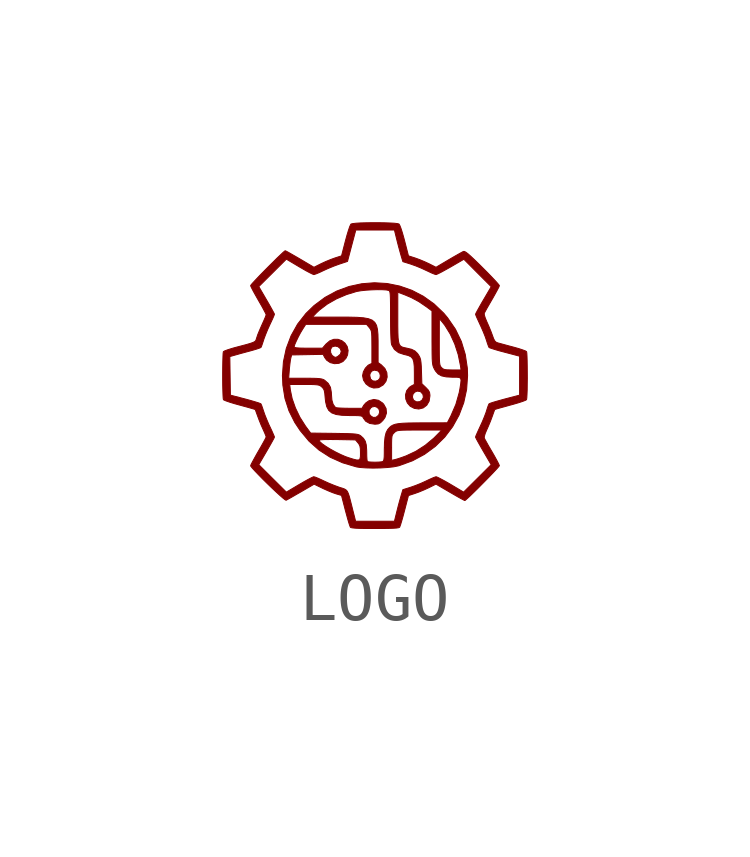
<source format=kicad_sym>
(kicad_symbol_lib
  (version 20220914)
  (generator "bitmap2component")
  (generator_version "8.0")
  (symbol "LOGO"
    (pin_names
      (offset 1.016))
    (property "Reference" "#G"
      (at 0 3.638 0)
      (effects (font (size 1.27 1.27)) hide))
    (symbol "LOGO_0_0"
      (polyline (pts (xy 0.477 -3.733) (xy 0.618 -3.731) (xy 0.723 -3.728) (xy 0.795 -3.723) (xy 0.838 -3.716) (xy 0.858 -3.707) (xy 0.862 -3.697) (xy 0.879 -3.651) (xy 0.902 -3.574) (xy 0.93 -3.476) (xy 0.96 -3.363) (xy 1.042 -3.047) (xy 1.18 -3.002) (xy 1.263 -2.972) (xy 1.369 -2.928) (xy 1.467 -2.883) (xy 1.615 -2.809) (xy 1.908 -2.98) (xy 1.968 -3.015) (xy 2.062 -3.069) (xy 2.139 -3.112) (xy 2.192 -3.14) (xy 2.215 -3.151) (xy 2.224 -3.146) (xy 2.26 -3.115) (xy 2.318 -3.062) (xy 2.391 -2.991) (xy 2.476 -2.908) (xy 2.566 -2.817) (xy 2.657 -2.725) (xy 2.743 -2.637) (xy 2.819 -2.557) (xy 2.88 -2.492) (xy 2.92 -2.446) (xy 2.935 -2.425) (xy 2.934 -2.42) (xy 2.918 -2.383) (xy 2.885 -2.319) (xy 2.839 -2.235) (xy 2.784 -2.139) (xy 2.768 -2.112) (xy 2.713 -2.018) (xy 2.668 -1.937) (xy 2.635 -1.878) (xy 2.62 -1.848) (xy 2.62 -1.848) (xy 2.623 -1.812) (xy 2.641 -1.752) (xy 2.672 -1.679) (xy 2.702 -1.612) (xy 2.748 -1.502) (xy 2.785 -1.403) (xy 2.786 -1.4) (xy 2.811 -1.33) (xy 2.83 -1.278) (xy 2.839 -1.256) (xy 2.846 -1.253) (xy 2.887 -1.24) (xy 2.958 -1.22) (xy 3.053 -1.194) (xy 3.164 -1.163) (xy 3.223 -1.147) (xy 3.329 -1.116) (xy 3.415 -1.088) (xy 3.475 -1.065) (xy 3.5 -1.051) (xy 3.501 -1.049) (xy 3.506 -1.012) (xy 3.51 -0.942) (xy 3.514 -0.845) (xy 3.515 -0.729) (xy 3.517 -0.603) (xy 3.516 -0.474) (xy 3.515 -0.349) (xy 3.513 -0.236) (xy 3.51 -0.144) (xy 3.506 -0.079) (xy 3.501 -0.05) (xy 3.476 -0.035) (xy 3.417 -0.013) (xy 3.335 0.014) (xy 3.236 0.042) (xy 3.145 0.066) (xy 3.046 0.093) (xy 2.965 0.115) (xy 2.913 0.129) (xy 2.908 0.13) (xy 2.869 0.145) (xy 2.841 0.171) (xy 2.816 0.217) (xy 2.788 0.294) (xy 2.761 0.367) (xy 2.716 0.477) (xy 2.672 0.576) (xy 2.671 0.579) (xy 2.641 0.651) (xy 2.622 0.712) (xy 2.62 0.747) (xy 2.622 0.752) (xy 2.642 0.79) (xy 2.679 0.857) (xy 2.728 0.942) (xy 2.784 1.039) (xy 2.801 1.068) (xy 2.853 1.161) (xy 2.896 1.24) (xy 2.925 1.296) (xy 2.935 1.324) (xy 2.93 1.333) (xy 2.9 1.37) (xy 2.846 1.43) (xy 2.772 1.508) (xy 2.683 1.6) (xy 2.582 1.701) (xy 2.523 1.76) (xy 2.418 1.862) (xy 2.338 1.937) (xy 2.279 1.989) (xy 2.236 2.021) (xy 2.207 2.035) (xy 2.188 2.036) (xy 2.181 2.033) (xy 2.138 2.01) (xy 2.068 1.971) (xy 1.98 1.921) (xy 1.881 1.863) (xy 1.616 1.706) (xy 1.469 1.78) (xy 1.385 1.819) (xy 1.278 1.864) (xy 1.182 1.899) (xy 1.042 1.944) (xy 0.961 2.261) (xy 0.948 2.31) (xy 0.917 2.42) (xy 0.888 2.511) (xy 0.863 2.576) (xy 0.846 2.606) (xy 0.816 2.615) (xy 0.75 2.623) (xy 0.656 2.628) (xy 0.542 2.632) (xy 0.415 2.634) (xy 0.285 2.634) (xy 0.158 2.632) (xy 0.043 2.629) (xy -0.053 2.623) (xy -0.121 2.615) (xy -0.154 2.606) (xy -0.161 2.596) (xy -0.182 2.55) (xy -0.208 2.473) (xy -0.238 2.374) (xy -0.269 2.261) (xy -0.351 1.944) (xy -0.491 1.899) (xy -0.573 1.869) (xy -0.681 1.825) (xy -0.778 1.78) (xy -0.925 1.706) (xy -1.216 1.878) (xy -1.276 1.913) (xy -1.37 1.967) (xy -1.447 2.011) (xy -1.5 2.04) (xy -1.524 2.05) (xy -1.533 2.045) (xy -1.569 2.015) (xy -1.626 1.961) (xy -1.7 1.891) (xy -1.784 1.807) (xy -1.875 1.717) (xy -1.966 1.625) (xy -2.052 1.537) (xy -2.128 1.457) (xy -2.189 1.392) (xy -2.23 1.346) (xy -2.244 1.324) (xy -2.242 1.316) (xy -2.223 1.275) (xy -2.188 1.207) (xy -2.139 1.119) (xy -2.083 1.02) (xy -2.056 0.973) (xy -2.002 0.879) (xy -1.96 0.8) (xy -1.931 0.745) (xy -1.921 0.719) (xy -1.923 0.709) (xy -1.939 0.665) (xy -1.968 0.597) (xy -2.005 0.515) (xy -2.019 0.484) (xy -2.06 0.39) (xy -2.095 0.305) (xy -2.116 0.242) (xy -2.122 0.224) (xy -2.13 0.197) (xy -2.141 0.175) (xy -2.16 0.158) (xy -2.194 0.141) (xy -2.247 0.122) (xy -2.325 0.099) (xy -2.434 0.07) (xy -2.579 0.032) (xy -2.644 0.013) (xy -2.725 -0.013) (xy -2.784 -0.035) (xy -2.811 -0.051) (xy -2.812 -0.053) (xy -2.817 -0.09) (xy -2.82 -0.153) (xy -2.677 -0.153) (xy -2.563 -0.121) (xy -2.538 -0.114) (xy -2.453 -0.09) (xy -2.35 -0.062) (xy -2.246 -0.034) (xy -2.192 -0.019) (xy -2.112 0.005) (xy -2.054 0.025) (xy -2.029 0.037) (xy -2.018 0.059) (xy -1.999 0.113) (xy -1.976 0.183) (xy -1.966 0.215) (xy -1.932 0.305) (xy -1.889 0.41) (xy -1.843 0.512) (xy -1.815 0.571) (xy -1.78 0.647) (xy -1.757 0.702) (xy -1.748 0.728) (xy -1.75 0.735) (xy -1.77 0.774) (xy -1.806 0.84) (xy -1.854 0.926) (xy -1.911 1.024) (xy -2.074 1.304) (xy -1.787 1.589) (xy -1.5 1.875) (xy -1.23 1.714) (xy -1.191 1.692) (xy -1.097 1.637) (xy -1.016 1.594) (xy -0.957 1.565) (xy -0.928 1.554) (xy -0.922 1.555) (xy -0.88 1.569) (xy -0.814 1.596) (xy -0.736 1.633) (xy -0.736 1.633) (xy -0.631 1.681) (xy -0.511 1.73) (xy -0.402 1.77) (xy -0.227 1.828) (xy -0.141 2.155) (xy -0.054 2.482) (xy 0.348 2.482) (xy 0.75 2.482) (xy 0.799 2.282) (xy 0.807 2.25) (xy 0.835 2.141) (xy 0.864 2.035) (xy 0.887 1.953) (xy 0.926 1.823) (xy 1.084 1.774) (xy 1.095 1.77) (xy 1.196 1.734) (xy 1.31 1.687) (xy 1.413 1.639) (xy 1.448 1.623) (xy 1.524 1.587) (xy 1.584 1.563) (xy 1.616 1.554) (xy 1.624 1.556) (xy 1.665 1.574) (xy 1.734 1.609) (xy 1.821 1.657) (xy 1.921 1.713) (xy 2.196 1.873) (xy 2.48 1.587) (xy 2.765 1.302) (xy 2.602 1.024) (xy 2.574 0.977) (xy 2.521 0.883) (xy 2.478 0.806) (xy 2.449 0.752) (xy 2.439 0.728) (xy 2.443 0.714) (xy 2.462 0.667) (xy 2.494 0.597) (xy 2.533 0.512) (xy 2.554 0.467) (xy 2.6 0.362) (xy 2.64 0.262) (xy 2.667 0.183) (xy 2.686 0.122) (xy 2.707 0.065) (xy 2.72 0.036) (xy 2.727 0.032) (xy 2.769 0.017) (xy 2.841 -0.006) (xy 2.936 -0.034) (xy 3.046 -0.063) (xy 3.356 -0.145) (xy 3.356 -0.55) (xy 3.356 -0.956) (xy 3.046 -1.037) (xy 2.995 -1.051) (xy 2.891 -1.08) (xy 2.805 -1.105) (xy 2.746 -1.125) (xy 2.72 -1.137) (xy 2.709 -1.159) (xy 2.689 -1.213) (xy 2.667 -1.284) (xy 2.657 -1.316) (xy 2.623 -1.406) (xy 2.58 -1.51) (xy 2.533 -1.612) (xy 2.506 -1.671) (xy 2.471 -1.748) (xy 2.447 -1.803) (xy 2.439 -1.829) (xy 2.441 -1.836) (xy 2.46 -1.875) (xy 2.496 -1.941) (xy 2.544 -2.026) (xy 2.601 -2.125) (xy 2.764 -2.404) (xy 2.477 -2.69) (xy 2.19 -2.975) (xy 1.921 -2.815) (xy 1.882 -2.792) (xy 1.787 -2.738) (xy 1.706 -2.695) (xy 1.648 -2.666) (xy 1.619 -2.655) (xy 1.609 -2.657) (xy 1.563 -2.673) (xy 1.495 -2.703) (xy 1.414 -2.741) (xy 1.402 -2.747) (xy 1.296 -2.795) (xy 1.183 -2.84) (xy 1.084 -2.875) (xy 0.926 -2.924) (xy 0.887 -3.053) (xy 0.881 -3.076) (xy 0.855 -3.167) (xy 0.826 -3.276) (xy 0.799 -3.383) (xy 0.75 -3.582) (xy 0.346 -3.582) (xy -0.058 -3.582) (xy -0.119 -3.341) (xy -0.133 -3.284) (xy -0.165 -3.158) (xy -0.189 -3.066) (xy -0.211 -3.001) (xy -0.232 -2.957) (xy -0.258 -2.929) (xy -0.29 -2.91) (xy -0.333 -2.894) (xy -0.39 -2.877) (xy -0.401 -2.873) (xy -0.504 -2.835) (xy -0.619 -2.788) (xy -0.724 -2.74) (xy -0.759 -2.723) (xy -0.836 -2.688) (xy -0.896 -2.664) (xy -0.929 -2.655) (xy -0.936 -2.656) (xy -0.977 -2.675) (xy -1.045 -2.71) (xy -1.132 -2.758) (xy -1.23 -2.815) (xy -1.5 -2.975) (xy -1.787 -2.69) (xy -2.074 -2.404) (xy -1.911 -2.125) (xy -1.883 -2.077) (xy -1.83 -1.984) (xy -1.787 -1.907) (xy -1.758 -1.853) (xy -1.748 -1.829) (xy -1.752 -1.815) (xy -1.772 -1.768) (xy -1.803 -1.697) (xy -1.843 -1.612) (xy -1.864 -1.568) (xy -1.909 -1.462) (xy -1.949 -1.362) (xy -1.976 -1.284) (xy -1.996 -1.223) (xy -2.016 -1.166) (xy -2.03 -1.137) (xy -2.037 -1.133) (xy -2.078 -1.117) (xy -2.15 -1.095) (xy -2.245 -1.067) (xy -2.355 -1.037) (xy -2.665 -0.956) (xy -2.671 -0.554) (xy -2.677 -0.153) (xy -2.82 -0.153) (xy -2.82 -0.16) (xy -2.823 -0.257) (xy -2.825 -0.372) (xy -2.826 -0.499) (xy -2.826 -0.628) (xy -2.825 -0.753) (xy -2.822 -0.865) (xy -2.819 -0.957) (xy -2.815 -1.022) (xy -2.81 -1.051) (xy -2.801 -1.057) (xy -2.757 -1.076) (xy -2.682 -1.102) (xy -2.585 -1.132) (xy -2.473 -1.163) (xy -2.411 -1.18) (xy -2.308 -1.208) (xy -2.225 -1.232) (xy -2.17 -1.248) (xy -2.148 -1.256) (xy -2.148 -1.256) (xy -2.139 -1.279) (xy -2.12 -1.332) (xy -2.094 -1.403) (xy -2.069 -1.47) (xy -2.025 -1.579) (xy -1.982 -1.675) (xy -1.952 -1.742) (xy -1.929 -1.798) (xy -1.921 -1.826) (xy -1.923 -1.833) (xy -1.942 -1.873) (xy -1.978 -1.939) (xy -2.026 -2.025) (xy -2.083 -2.124) (xy -2.109 -2.169) (xy -2.162 -2.264) (xy -2.205 -2.343) (xy -2.234 -2.399) (xy -2.244 -2.426) (xy -2.238 -2.439) (xy -2.206 -2.479) (xy -2.151 -2.539) (xy -2.079 -2.614) (xy -1.995 -2.7) (xy -1.904 -2.79) (xy -1.811 -2.88) (xy -1.722 -2.964) (xy -1.641 -3.038) (xy -1.575 -3.096) (xy -1.528 -3.133) (xy -1.506 -3.145) (xy -1.498 -3.141) (xy -1.456 -3.118) (xy -1.388 -3.08) (xy -1.3 -3.029) (xy -1.2 -2.972) (xy -0.922 -2.81) (xy -0.747 -2.895) (xy -0.724 -2.906) (xy -0.627 -2.949) (xy -0.534 -2.987) (xy -0.462 -3.012) (xy -0.352 -3.044) (xy -0.27 -3.362) (xy -0.255 -3.417) (xy -0.226 -3.524) (xy -0.2 -3.614) (xy -0.179 -3.677) (xy -0.167 -3.707) (xy -0.154 -3.714) (xy -0.117 -3.721) (xy -0.052 -3.727) (xy 0.043 -3.731) (xy 0.175 -3.733) (xy 0.345 -3.733) (xy 0.477 -3.733)) (stroke (width 0.01) (type default)) (fill (type outline)))
      (polyline (pts (xy 0.455 -2.472) (xy 0.602 -2.463) (xy 0.731 -2.449) (xy 0.83 -2.429) (xy 0.852 -2.423) (xy 1.126 -2.323) (xy 1.376 -2.189) (xy 1.601 -2.024) (xy 1.797 -1.831) (xy 1.962 -1.613) (xy 2.095 -1.373) (xy 2.193 -1.114) (xy 2.253 -0.839) (xy 2.273 -0.55) (xy 2.268 -0.394) (xy 2.225 -0.109) (xy 2.143 0.162) (xy 2.02 0.417) (xy 1.857 0.654) (xy 1.777 0.75) (xy 1.574 0.944) (xy 1.351 1.103) (xy 1.112 1.227) (xy 0.86 1.315) (xy 0.599 1.368) (xy 0.334 1.384) (xy 0.068 1.363) (xy -0.195 1.306) (xy -0.451 1.211) (xy -0.695 1.079) (xy -0.924 0.908) (xy -1.093 0.744) (xy -1.266 0.523) (xy -1.402 0.28) (xy -1.501 0.018) (xy -1.508 -0.012) (xy -0.581 -0.012) (xy -0.557 0.039) (xy -0.542 0.05) (xy -0.485 0.066) (xy -0.424 0.052) (xy -0.377 0.012) (xy -0.357 -0.044) (xy -0.375 -0.103) (xy -0.431 -0.151) (xy -0.44 -0.155) (xy -0.471 -0.17) (xy -0.496 -0.165) (xy -0.535 -0.139) (xy -0.548 -0.128) (xy -0.577 -0.074) (xy -0.581 -0.012) (xy -1.508 -0.012) (xy -1.561 -0.259) (xy -1.582 -0.55) (xy -1.579 -0.604) (xy -1.452 -0.604) (xy -1.438 -0.426) (xy -1.437 -0.408) (xy -1.427 -0.316) (xy -1.417 -0.236) (xy -1.407 -0.183) (xy -1.389 -0.119) (xy -1.062 -0.113) (xy -0.735 -0.107) (xy -0.702 -0.172) (xy -0.662 -0.227) (xy -0.586 -0.279) (xy -0.497 -0.301) (xy -0.406 -0.294) (xy -0.323 -0.257) (xy -0.259 -0.189) (xy -0.226 -0.119) (xy -0.214 -0.026) (xy -0.234 0.058) (xy -0.28 0.127) (xy -0.345 0.178) (xy -0.424 0.206) (xy -0.509 0.207) (xy -0.595 0.175) (xy -0.675 0.107) (xy -0.749 0.021) (xy -1.043 0.021) (xy -1.117 0.022) (xy -1.221 0.024) (xy -1.289 0.029) (xy -1.326 0.037) (xy -1.338 0.049) (xy -1.337 0.055) (xy -1.323 0.102) (xy -1.292 0.172) (xy -1.252 0.255) (xy -1.207 0.34) (xy -1.162 0.415) (xy -1.096 0.518) (xy -0.464 0.518) (xy 0.169 0.518) (xy 0.225 0.452) (xy 0.241 0.431) (xy 0.257 0.406) (xy 0.269 0.375) (xy 0.275 0.331) (xy 0.279 0.266) (xy 0.28 0.173) (xy 0.281 0.045) (xy 0.281 -0.295) (xy 0.227 -0.32) (xy 0.201 -0.335) (xy 0.144 -0.395) (xy 0.103 -0.472) (xy 0.087 -0.549) (xy 0.237 -0.549) (xy 0.242 -0.511) (xy 0.274 -0.458) (xy 0.329 -0.435) (xy 0.399 -0.449) (xy 0.404 -0.452) (xy 0.442 -0.492) (xy 0.456 -0.55) (xy 0.447 -0.607) (xy 0.411 -0.647) (xy 0.359 -0.666) (xy 0.296 -0.659) (xy 0.253 -0.619) (xy 0.237 -0.549) (xy 0.087 -0.549) (xy 0.086 -0.55) (xy 0.086 -0.55) (xy 0.106 -0.643) (xy 0.157 -0.722) (xy 0.231 -0.779) (xy 0.318 -0.808) (xy 0.41 -0.801) (xy 0.431 -0.794) (xy 0.518 -0.742) (xy 0.574 -0.667) (xy 0.599 -0.58) (xy 0.592 -0.488) (xy 0.551 -0.4) (xy 0.475 -0.324) (xy 0.41 -0.278) (xy 0.41 0.082) (xy 0.41 0.174) (xy 0.407 0.307) (xy 0.397 0.413) (xy 0.377 0.497) (xy 0.341 0.559) (xy 0.287 0.605) (xy 0.21 0.635) (xy 0.106 0.654) (xy -0.029 0.664) (xy -0.2 0.668) (xy -0.409 0.668) (xy -0.958 0.669) (xy -0.873 0.757) (xy -0.81 0.816) (xy -0.648 0.939) (xy -0.457 1.048) (xy -0.249 1.137) (xy -0.034 1.203) (xy -0.027 1.204) (xy 0.056 1.218) (xy 0.161 1.229) (xy 0.276 1.236) (xy 0.392 1.24) (xy 0.496 1.239) (xy 0.58 1.234) (xy 0.631 1.224) (xy 0.641 1.219) (xy 0.65 1.205) (xy 0.658 1.179) (xy 0.663 1.135) (xy 0.666 1.069) (xy 0.668 0.974) (xy 0.669 0.847) (xy 0.669 0.682) (xy 0.669 0.645) (xy 0.67 0.475) (xy 0.673 0.331) (xy 0.678 0.216) (xy 0.684 0.135) (xy 0.692 0.093) (xy 0.692 0.092) (xy 0.749 -0.004) (xy 0.835 -0.071) (xy 0.954 -0.111) (xy 0.964 -0.112) (xy 1.042 -0.132) (xy 1.097 -0.16) (xy 1.133 -0.202) (xy 1.153 -0.266) (xy 1.163 -0.359) (xy 1.165 -0.488) (xy 1.165 -0.733) (xy 1.103 -0.765) (xy 1.06 -0.794) (xy 1.005 -0.864) (xy 0.981 -0.948) (xy 0.984 -0.996) (xy 1.124 -0.996) (xy 1.135 -0.94) (xy 1.171 -0.895) (xy 1.223 -0.872) (xy 1.284 -0.881) (xy 1.303 -0.892) (xy 1.344 -0.941) (xy 1.353 -1.002) (xy 1.326 -1.058) (xy 1.278 -1.092) (xy 1.213 -1.097) (xy 1.156 -1.067) (xy 1.144 -1.052) (xy 1.124 -0.996) (xy 0.984 -0.996) (xy 0.986 -1.036) (xy 1.019 -1.119) (xy 1.079 -1.188) (xy 1.164 -1.232) (xy 1.258 -1.245) (xy 1.35 -1.222) (xy 1.423 -1.166) (xy 1.472 -1.082) (xy 1.489 -0.973) (xy 1.489 -0.954) (xy 1.481 -0.898) (xy 1.456 -0.852) (xy 1.405 -0.798) (xy 1.321 -0.718) (xy 1.313 -0.462) (xy 1.31 -0.362) (xy 1.303 -0.275) (xy 1.294 -0.214) (xy 1.279 -0.169) (xy 1.258 -0.13) (xy 1.231 -0.089) (xy 1.177 -0.037) (xy 1.107 -0.002) (xy 1.008 0.022) (xy 0.994 0.025) (xy 0.942 0.036) (xy 0.901 0.05) (xy 0.871 0.072) (xy 0.849 0.108) (xy 0.835 0.162) (xy 0.826 0.239) (xy 0.822 0.345) (xy 0.82 0.483) (xy 0.82 0.66) (xy 0.82 1.187) (xy 0.966 1.132) (xy 1.103 1.074) (xy 1.259 0.99) (xy 1.419 0.881) (xy 1.532 0.797) (xy 1.532 0.241) (xy 1.532 0.169) (xy 1.533 0.014) (xy 1.533 -0.004) (xy 1.684 -0.004) (xy 1.684 0.152) (xy 1.685 0.637) (xy 1.744 0.568) (xy 1.801 0.495) (xy 1.912 0.315) (xy 2.006 0.109) (xy 2.078 -0.113) (xy 2.124 -0.34) (xy 2.137 -0.432) (xy 1.957 -0.432) (xy 1.922 -0.431) (xy 1.843 -0.429) (xy 1.792 -0.422) (xy 1.758 -0.407) (xy 1.73 -0.382) (xy 1.716 -0.365) (xy 1.704 -0.345) (xy 1.696 -0.317) (xy 1.69 -0.274) (xy 1.687 -0.212) (xy 1.685 -0.124) (xy 1.684 -0.004) (xy 1.533 -0.004) (xy 1.534 -0.105) (xy 1.536 -0.195) (xy 1.54 -0.262) (xy 1.546 -0.311) (xy 1.554 -0.348) (xy 1.566 -0.38) (xy 1.581 -0.411) (xy 1.605 -0.453) (xy 1.659 -0.515) (xy 1.731 -0.555) (xy 1.828 -0.576) (xy 1.958 -0.583) (xy 1.968 -0.583) (xy 2.049 -0.583) (xy 2.101 -0.589) (xy 2.129 -0.608) (xy 2.137 -0.648) (xy 2.13 -0.717) (xy 2.114 -0.82) (xy 2.099 -0.902) (xy 2.029 -1.149) (xy 1.926 -1.387) (xy 1.851 -1.532) (xy 1.362 -1.533) (xy 1.193 -1.534) (xy 1.044 -1.536) (xy 0.928 -1.541) (xy 0.839 -1.549) (xy 0.772 -1.561) (xy 0.722 -1.578) (xy 0.682 -1.6) (xy 0.648 -1.629) (xy 0.609 -1.674) (xy 0.576 -1.739) (xy 0.555 -1.825) (xy 0.543 -1.939) (xy 0.54 -2.051) (xy 0.691 -2.051) (xy 0.691 -1.953) (xy 0.693 -1.873) (xy 0.698 -1.82) (xy 0.708 -1.785) (xy 0.724 -1.76) (xy 0.748 -1.736) (xy 0.748 -1.736) (xy 0.768 -1.718) (xy 0.788 -1.706) (xy 0.816 -1.696) (xy 0.857 -1.69) (xy 0.916 -1.686) (xy 1.001 -1.684) (xy 1.117 -1.683) (xy 1.27 -1.683) (xy 1.736 -1.683) (xy 1.607 -1.814) (xy 1.569 -1.852) (xy 1.391 -2) (xy 1.197 -2.125) (xy 0.999 -2.218) (xy 0.981 -2.225) (xy 0.893 -2.257) (xy 0.814 -2.283) (xy 0.761 -2.298) (xy 0.691 -2.313) (xy 0.691 -2.051) (xy 0.54 -2.051) (xy 0.539 -2.088) (xy 0.539 -2.16) (xy 0.537 -2.244) (xy 0.531 -2.297) (xy 0.521 -2.326) (xy 0.505 -2.339) (xy 0.478 -2.345) (xy 0.418 -2.35) (xy 0.345 -2.352) (xy 0.273 -2.35) (xy 0.216 -2.346) (xy 0.187 -2.338) (xy 0.185 -2.333) (xy 0.178 -2.294) (xy 0.174 -2.226) (xy 0.173 -2.142) (xy 0.172 -2.1) (xy 0.164 -1.993) (xy 0.143 -1.915) (xy 0.105 -1.855) (xy 0.047 -1.802) (xy 0.035 -1.794) (xy 0.012 -1.782) (xy -0.02 -1.773) (xy -0.065 -1.766) (xy -0.13 -1.761) (xy -0.221 -1.757) (xy -0.343 -1.755) (xy -0.503 -1.752) (xy -0.994 -1.746) (xy -1.093 -1.612) (xy -1.103 -1.598) (xy -1.218 -1.417) (xy -1.311 -1.223) (xy -1.379 -1.03) (xy -1.417 -0.848) (xy -1.43 -0.734) (xy -1.126 -0.734) (xy -1.112 -0.734) (xy -0.995 -0.734) (xy -0.912 -0.737) (xy -0.856 -0.742) (xy -0.817 -0.75) (xy -0.789 -0.764) (xy -0.764 -0.784) (xy -0.755 -0.792) (xy -0.728 -0.823) (xy -0.711 -0.861) (xy -0.7 -0.92) (xy -0.692 -1.01) (xy -0.683 -1.094) (xy -0.659 -1.197) (xy -0.618 -1.273) (xy -0.612 -1.278) (xy 0.221 -1.278) (xy 0.258 -1.22) (xy 0.287 -1.201) (xy 0.343 -1.191) (xy 0.394 -1.212) (xy 0.431 -1.254) (xy 0.444 -1.309) (xy 0.423 -1.369) (xy 0.419 -1.375) (xy 0.367 -1.417) (xy 0.307 -1.42) (xy 0.252 -1.385) (xy 0.225 -1.342) (xy 0.221 -1.278) (xy -0.612 -1.278) (xy -0.555 -1.326) (xy -0.464 -1.359) (xy -0.342 -1.376) (xy -0.181 -1.381) (xy -0.081 -1.381) (xy -0.003 -1.383) (xy 0.046 -1.388) (xy 0.075 -1.397) (xy 0.092 -1.412) (xy 0.103 -1.434) (xy 0.152 -1.499) (xy 0.234 -1.545) (xy 0.34 -1.561) (xy 0.351 -1.561) (xy 0.413 -1.555) (xy 0.46 -1.531) (xy 0.51 -1.482) (xy 0.553 -1.423) (xy 0.585 -1.329) (xy 0.576 -1.234) (xy 0.527 -1.146) (xy 0.503 -1.12) (xy 0.417 -1.063) (xy 0.322 -1.046) (xy 0.226 -1.07) (xy 0.213 -1.077) (xy 0.152 -1.12) (xy 0.11 -1.169) (xy 0.075 -1.23) (xy -0.176 -1.23) (xy -0.27 -1.229) (xy -0.361 -1.226) (xy -0.428 -1.222) (xy -0.463 -1.217) (xy -0.485 -1.204) (xy -0.526 -1.147) (xy -0.552 -1.059) (xy -0.561 -0.945) (xy -0.563 -0.9) (xy -0.582 -0.793) (xy -0.628 -0.712) (xy -0.704 -0.645) (xy -0.729 -0.631) (xy -0.763 -0.62) (xy -0.811 -0.612) (xy -0.88 -0.607) (xy -0.977 -0.605) (xy -1.109 -0.604) (xy -1.452 -0.604) (xy -1.579 -0.604) (xy -1.573 -0.748) (xy -1.529 -1.024) (xy -1.446 -1.282) (xy -1.325 -1.524) (xy -1.213 -1.693) (xy -1.044 -1.896) (xy -0.82 -1.896) (xy -0.816 -1.892) (xy -0.777 -1.885) (xy -0.699 -1.881) (xy -0.586 -1.88) (xy -0.441 -1.881) (xy -0.061 -1.888) (xy -0.009 -1.949) (xy 0.011 -1.975) (xy 0.031 -2.017) (xy 0.041 -2.074) (xy 0.043 -2.159) (xy 0.043 -2.16) (xy 0.042 -2.234) (xy 0.033 -2.282) (xy 0.01 -2.305) (xy -0.033 -2.307) (xy -0.104 -2.29) (xy -0.209 -2.257) (xy -0.271 -2.235) (xy -0.372 -2.191) (xy -0.479 -2.138) (xy -0.582 -2.081) (xy -0.675 -2.024) (xy -0.751 -1.971) (xy -0.801 -1.927) (xy -0.82 -1.896) (xy -1.044 -1.896) (xy -1.029 -1.914) (xy -0.821 -2.099) (xy -0.588 -2.249) (xy -0.328 -2.365) (xy -0.041 -2.45) (xy 0.034 -2.462) (xy 0.159 -2.471) (xy 0.303 -2.475) (xy 0.455 -2.472)) (stroke (width 0.01) (type default)) (fill (type outline))))))
</source>
